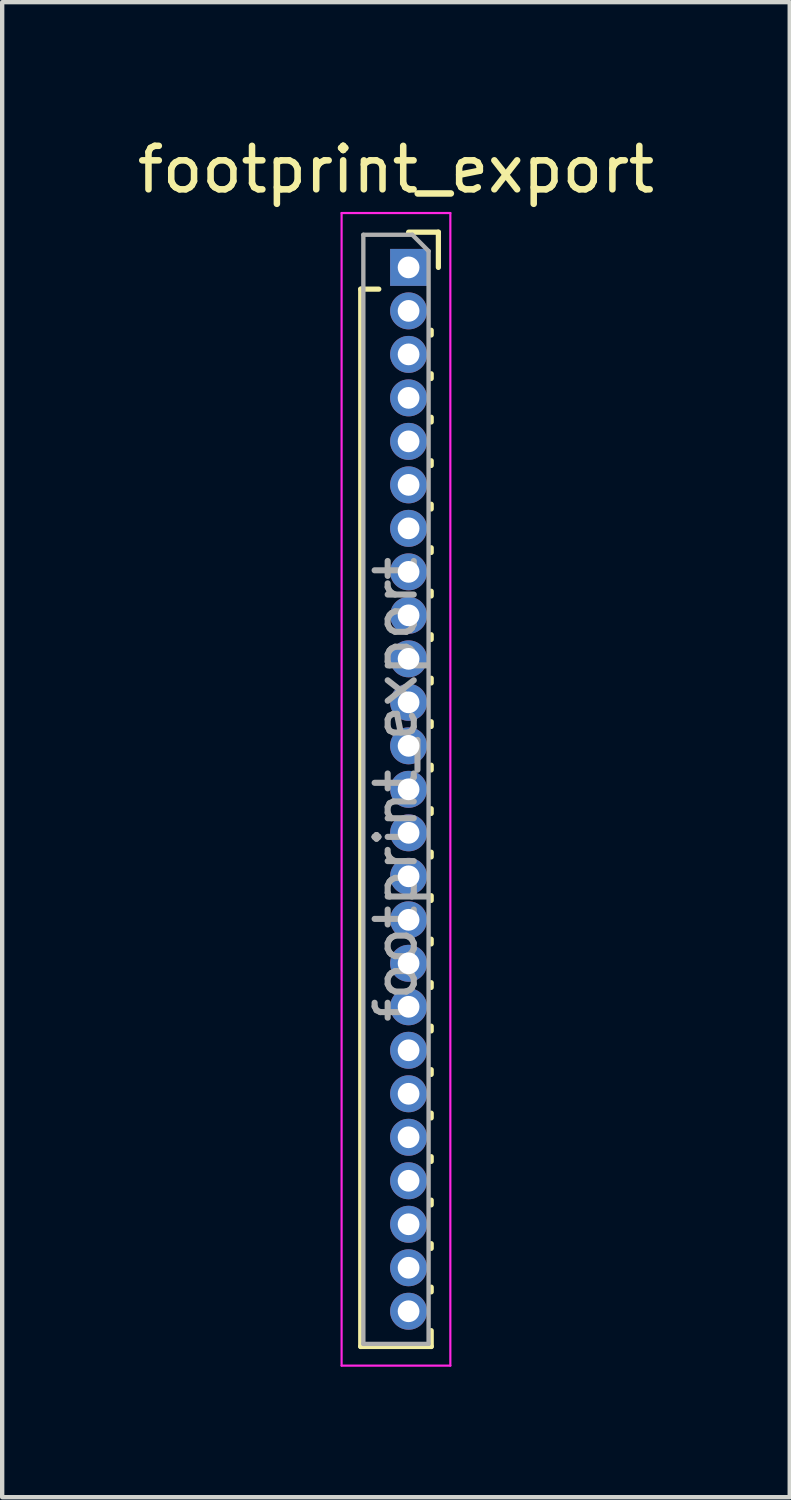
<source format=kicad_pcb>
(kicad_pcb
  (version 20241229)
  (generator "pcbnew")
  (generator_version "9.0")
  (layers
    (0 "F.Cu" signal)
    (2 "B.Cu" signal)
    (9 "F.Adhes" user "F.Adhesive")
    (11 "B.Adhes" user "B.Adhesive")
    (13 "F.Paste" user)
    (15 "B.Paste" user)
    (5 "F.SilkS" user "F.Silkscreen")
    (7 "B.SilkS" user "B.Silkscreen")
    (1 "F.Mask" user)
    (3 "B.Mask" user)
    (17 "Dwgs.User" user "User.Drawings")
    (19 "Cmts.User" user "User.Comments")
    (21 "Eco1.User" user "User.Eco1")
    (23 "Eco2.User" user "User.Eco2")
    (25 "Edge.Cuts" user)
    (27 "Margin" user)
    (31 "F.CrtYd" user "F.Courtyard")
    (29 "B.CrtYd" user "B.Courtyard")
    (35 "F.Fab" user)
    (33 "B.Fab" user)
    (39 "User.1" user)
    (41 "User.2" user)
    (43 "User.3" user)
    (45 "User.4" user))
  (footprint "footprint_export"
    (layer "F.Cu")
    (at 6.344 3.098)
    (property "Reference" "footprint_export" (at -0.29 -2.25 0) (layer "F.SilkS") (effects (font (size 1 1) (thickness 0.15))))
    (attr through_hole)
    (fp_line (start -1.1 0.5) (end -1.1 24.81) (stroke (width 0.12) (type solid)) (layer "F.SilkS"))
    (fp_line (start -1.1 0.5) (end -0.685 0.5) (stroke (width 0.12) (type solid)) (layer "F.SilkS"))
    (fp_line (start -1.1 24.81) (end 0.52 24.81) (stroke (width 0.12) (type solid)) (layer "F.SilkS"))
    (fp_line (start 0 -0.81) (end 0.685 -0.81) (stroke (width 0.12) (type solid)) (layer "F.SilkS"))
    (fp_line (start 0.52 1.446) (end 0.52 1.554) (stroke (width 0.12) (type solid)) (layer "F.SilkS"))
    (fp_line (start 0.52 2.446) (end 0.52 2.554) (stroke (width 0.12) (type solid)) (layer "F.SilkS"))
    (fp_line (start 0.52 3.446) (end 0.52 3.554) (stroke (width 0.12) (type solid)) (layer "F.SilkS"))
    (fp_line (start 0.52 4.446) (end 0.52 4.554) (stroke (width 0.12) (type solid)) (layer "F.SilkS"))
    (fp_line (start 0.52 5.446) (end 0.52 5.554) (stroke (width 0.12) (type solid)) (layer "F.SilkS"))
    (fp_line (start 0.52 6.446) (end 0.52 6.554) (stroke (width 0.12) (type solid)) (layer "F.SilkS"))
    (fp_line (start 0.52 7.446) (end 0.52 7.554) (stroke (width 0.12) (type solid)) (layer "F.SilkS"))
    (fp_line (start 0.52 8.446) (end 0.52 8.554) (stroke (width 0.12) (type solid)) (layer "F.SilkS"))
    (fp_line (start 0.52 9.446) (end 0.52 9.554) (stroke (width 0.12) (type solid)) (layer "F.SilkS"))
    (fp_line (start 0.52 10.446) (end 0.52 10.554) (stroke (width 0.12) (type solid)) (layer "F.SilkS"))
    (fp_line (start 0.52 11.446) (end 0.52 11.554) (stroke (width 0.12) (type solid)) (layer "F.SilkS"))
    (fp_line (start 0.52 12.446) (end 0.52 12.554) (stroke (width 0.12) (type solid)) (layer "F.SilkS"))
    (fp_line (start 0.52 13.446) (end 0.52 13.554) (stroke (width 0.12) (type solid)) (layer "F.SilkS"))
    (fp_line (start 0.52 14.446) (end 0.52 14.554) (stroke (width 0.12) (type solid)) (layer "F.SilkS"))
    (fp_line (start 0.52 15.446) (end 0.52 15.554) (stroke (width 0.12) (type solid)) (layer "F.SilkS"))
    (fp_line (start 0.52 16.446) (end 0.52 16.554) (stroke (width 0.12) (type solid)) (layer "F.SilkS"))
    (fp_line (start 0.52 17.446) (end 0.52 17.554) (stroke (width 0.12) (type solid)) (layer "F.SilkS"))
    (fp_line (start 0.52 18.446) (end 0.52 18.554) (stroke (width 0.12) (type solid)) (layer "F.SilkS"))
    (fp_line (start 0.52 19.446) (end 0.52 19.554) (stroke (width 0.12) (type solid)) (layer "F.SilkS"))
    (fp_line (start 0.52 20.446) (end 0.52 20.554) (stroke (width 0.12) (type solid)) (layer "F.SilkS"))
    (fp_line (start 0.52 21.446) (end 0.52 21.554) (stroke (width 0.12) (type solid)) (layer "F.SilkS"))
    (fp_line (start 0.52 22.446) (end 0.52 22.554) (stroke (width 0.12) (type solid)) (layer "F.SilkS"))
    (fp_line (start 0.52 23.446) (end 0.52 23.554) (stroke (width 0.12) (type solid)) (layer "F.SilkS"))
    (fp_line (start 0.52 24.446) (end 0.52 24.81) (stroke (width 0.12) (type solid)) (layer "F.SilkS"))
    (fp_line (start 0.685 -0.81) (end 0.685 0) (stroke (width 0.12) (type solid)) (layer "F.SilkS"))
    (fp_line (start -1.54 -1.25) (end 0.96 -1.25) (stroke (width 0.05) (type solid)) (layer "F.CrtYd"))
    (fp_line (start -1.54 25.25) (end -1.54 -1.25) (stroke (width 0.05) (type solid)) (layer "F.CrtYd"))
    (fp_line (start 0.96 -1.25) (end 0.96 25.25) (stroke (width 0.05) (type solid)) (layer "F.CrtYd"))
    (fp_line (start 0.96 25.25) (end -1.54 25.25) (stroke (width 0.05) (type solid)) (layer "F.CrtYd"))
    (fp_line (start -1.04 -0.75) (end 0.085 -0.75) (stroke (width 0.1) (type solid)) (layer "F.Fab"))
    (fp_line (start -1.04 24.75) (end -1.04 -0.75) (stroke (width 0.1) (type solid)) (layer "F.Fab"))
    (fp_line (start 0.085 -0.75) (end 0.46 -0.375) (stroke (width 0.1) (type solid)) (layer "F.Fab"))
    (fp_line (start 0.46 -0.375) (end 0.46 24.75) (stroke (width 0.1) (type solid)) (layer "F.Fab"))
    (fp_line (start 0.46 24.75) (end -1.04 24.75) (stroke (width 0.1) (type solid)) (layer "F.Fab"))
    (fp_text user "${REFERENCE}" (at -0.29 12 90) (layer "F.Fab") (effects (font (size 0.9 0.9) (thickness 0.14))))
    (pad "1" thru_hole rect (at 0 0) (size 0.85 0.85) (drill 0.5) (layers "*.Cu" "*.Mask"))
    (pad "2" thru_hole oval (at 0 1) (size 0.85 0.85) (drill 0.5) (layers "*.Cu" "*.Mask"))
    (pad "3" thru_hole oval (at 0 2) (size 0.85 0.85) (drill 0.5) (layers "*.Cu" "*.Mask"))
    (pad "4" thru_hole oval (at 0 3) (size 0.85 0.85) (drill 0.5) (layers "*.Cu" "*.Mask"))
    (pad "5" thru_hole oval (at 0 4) (size 0.85 0.85) (drill 0.5) (layers "*.Cu" "*.Mask"))
    (pad "6" thru_hole oval (at 0 5) (size 0.85 0.85) (drill 0.5) (layers "*.Cu" "*.Mask"))
    (pad "7" thru_hole oval (at 0 6) (size 0.85 0.85) (drill 0.5) (layers "*.Cu" "*.Mask"))
    (pad "8" thru_hole oval (at 0 7) (size 0.85 0.85) (drill 0.5) (layers "*.Cu" "*.Mask"))
    (pad "9" thru_hole oval (at 0 8) (size 0.85 0.85) (drill 0.5) (layers "*.Cu" "*.Mask"))
    (pad "10" thru_hole oval (at 0 9) (size 0.85 0.85) (drill 0.5) (layers "*.Cu" "*.Mask"))
    (pad "11" thru_hole oval (at 0 10) (size 0.85 0.85) (drill 0.5) (layers "*.Cu" "*.Mask"))
    (pad "12" thru_hole oval (at 0 11) (size 0.85 0.85) (drill 0.5) (layers "*.Cu" "*.Mask"))
    (pad "13" thru_hole oval (at 0 12) (size 0.85 0.85) (drill 0.5) (layers "*.Cu" "*.Mask"))
    (pad "14" thru_hole oval (at 0 13) (size 0.85 0.85) (drill 0.5) (layers "*.Cu" "*.Mask"))
    (pad "15" thru_hole oval (at 0 14) (size 0.85 0.85) (drill 0.5) (layers "*.Cu" "*.Mask"))
    (pad "16" thru_hole oval (at 0 15) (size 0.85 0.85) (drill 0.5) (layers "*.Cu" "*.Mask"))
    (pad "17" thru_hole oval (at 0 16) (size 0.85 0.85) (drill 0.5) (layers "*.Cu" "*.Mask"))
    (pad "18" thru_hole oval (at 0 17) (size 0.85 0.85) (drill 0.5) (layers "*.Cu" "*.Mask"))
    (pad "19" thru_hole oval (at 0 18) (size 0.85 0.85) (drill 0.5) (layers "*.Cu" "*.Mask"))
    (pad "20" thru_hole oval (at 0 19) (size 0.85 0.85) (drill 0.5) (layers "*.Cu" "*.Mask"))
    (pad "21" thru_hole oval (at 0 20) (size 0.85 0.85) (drill 0.5) (layers "*.Cu" "*.Mask"))
    (pad "22" thru_hole oval (at 0 21) (size 0.85 0.85) (drill 0.5) (layers "*.Cu" "*.Mask"))
    (pad "23" thru_hole oval (at 0 22) (size 0.85 0.85) (drill 0.5) (layers "*.Cu" "*.Mask"))
    (pad "24" thru_hole oval (at 0 23) (size 0.85 0.85) (drill 0.5) (layers "*.Cu" "*.Mask"))
    (pad "25" thru_hole oval (at 0 24) (size 0.85 0.85) (drill 0.5) (layers "*.Cu" "*.Mask")))
  (gr_rect
    (start -3 -3)
    (end 15.107 31.373)
    (stroke (width 0.1) (type default))
    (fill no)
    (layer "Edge.Cuts")))
</source>
